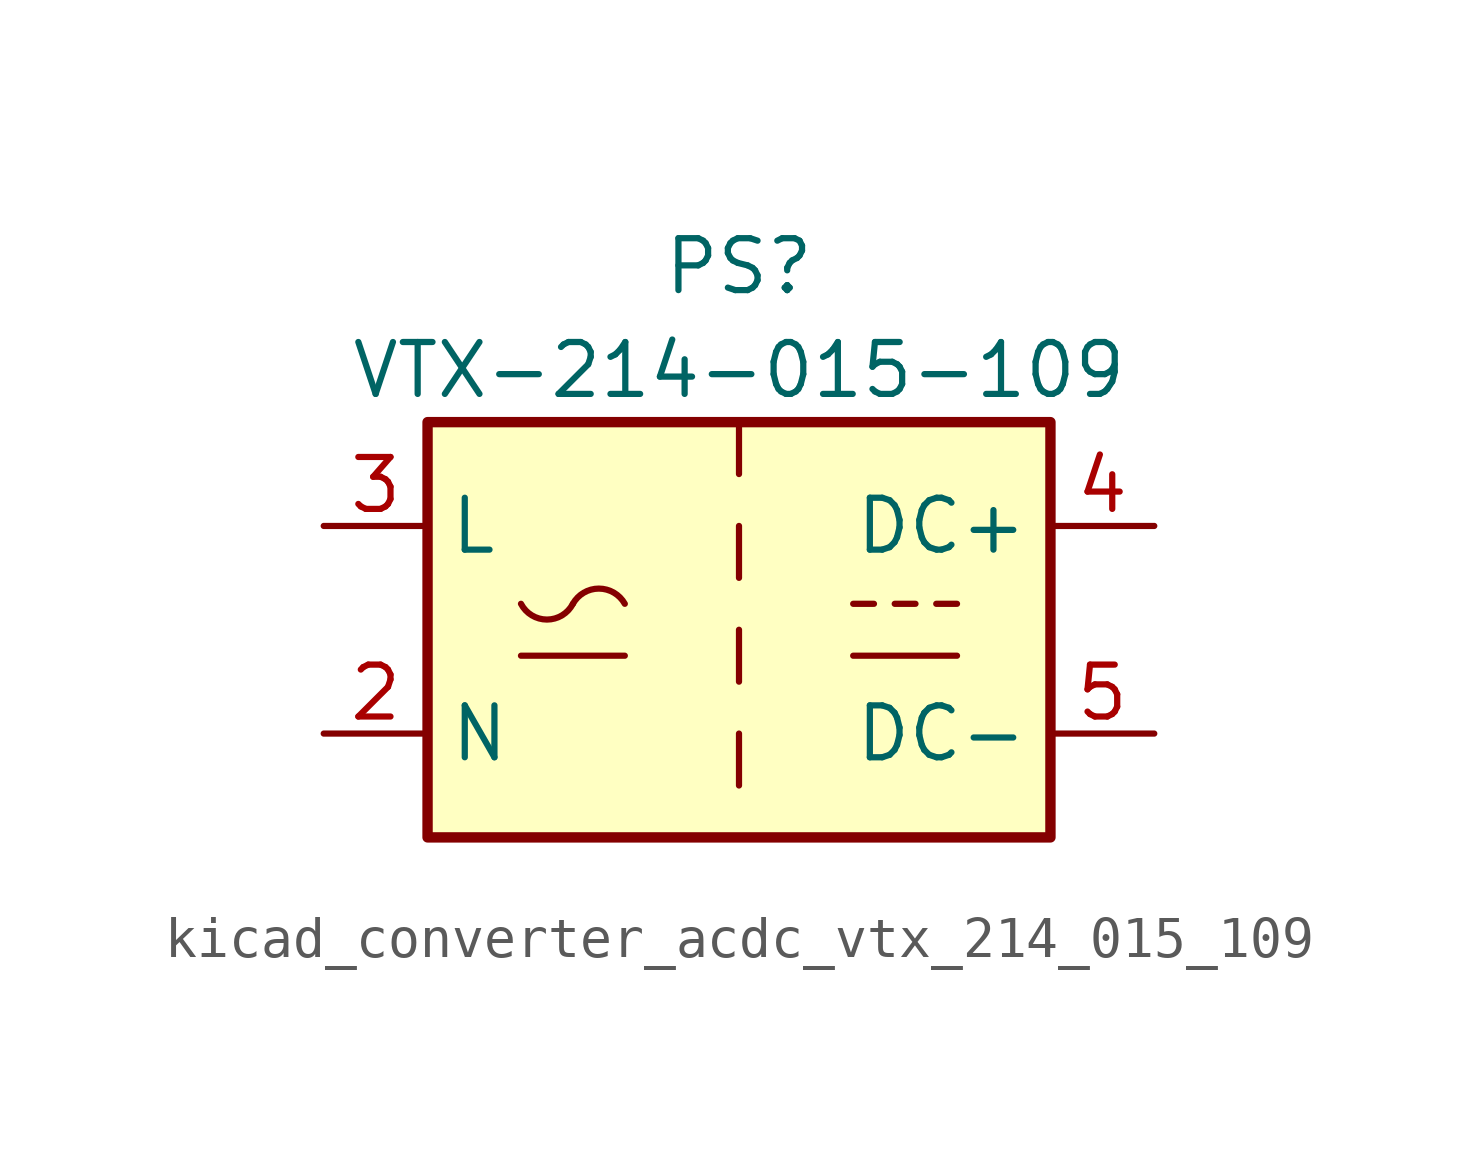
<source format=kicad_sym>
(kicad_symbol_lib
  (version 20220914)
  (generator kicad_symbol_editor)
  (symbol "kicad_converter_acdc_vtx_214_015_109"
    (property "Reference" "PS"
      (at 0 8.89 0)
      (effects (font (size 1.27 1.27))))
    (property "Value" "VTX-214-015-109"
      (at 0 6.35 0)
      (effects (font (size 1.27 1.27))))
    (symbol "kicad_converter_acdc_vtx_214_015_109_0_1"
      (rectangle (start -7.62 5.08) (end 7.62 -5.08) (stroke (width 0.254) (type default)) (fill (type background)))
      (arc (start -5.334 0.635) (mid -4.699 0.2495) (end -4.064 0.635) (stroke (width 0) (type default)) (fill (type none)))
      (arc (start -2.794 0.635) (mid -3.429 1.0072) (end -4.064 0.635) (stroke (width 0) (type default)) (fill (type none)))
      (polyline (pts (xy -5.334 -0.635) (xy -2.794 -0.635)) (stroke (width 0) (type default)) (fill (type none)))
      (polyline (pts (xy 2.794 -0.635) (xy 5.334 -0.635)) (stroke (width 0) (type default)) (fill (type none)))
      (polyline (pts (xy 2.794 0.635) (xy 3.302 0.635)) (stroke (width 0) (type default)) (fill (type none)))
      (polyline (pts (xy 3.81 0.635) (xy 4.318 0.635)) (stroke (width 0) (type default)) (fill (type none)))
      (polyline (pts (xy 4.826 0.635) (xy 5.334 0.635)) (stroke (width 0) (type default)) (fill (type none))))
    (symbol "kicad_converter_acdc_vtx_214_015_109_1_1"
      (polyline (pts (xy 0 -2.54) (xy 0 -3.81)) (stroke (width 0) (type default)) (fill (type none)))
      (polyline (pts (xy 0 0) (xy 0 -1.27)) (stroke (width 0) (type default)) (fill (type none)))
      (polyline (pts (xy 0 2.54) (xy 0 1.27)) (stroke (width 0) (type default)) (fill (type none)))
      (polyline (pts (xy 0 5.08) (xy 0 3.81)) (stroke (width 0) (type default)) (fill (type none)))
      (pin no_connect line (at 0 -5.08 90) (length 2.54) hide (name "FG" (effects (font (size 1.27 1.27)))) (number "1" (effects (font (size 1.27 1.27)))))
      (pin power_in line (at -10.16 -2.54 0) (length 2.54) (name "N" (effects (font (size 1.27 1.27)))) (number "2" (effects (font (size 1.27 1.27)))))
      (pin power_in line (at -10.16 2.54 0) (length 2.54) (name "L" (effects (font (size 1.27 1.27)))) (number "3" (effects (font (size 1.27 1.27)))))
      (pin power_out line (at 10.16 2.54 180) (length 2.54) (name "DC+" (effects (font (size 1.27 1.27)))) (number "4" (effects (font (size 1.27 1.27)))))
      (pin power_out line (at 10.16 -2.54 180) (length 2.54) (name "DC-" (effects (font (size 1.27 1.27)))) (number "5" (effects (font (size 1.27 1.27))))))))
</source>
